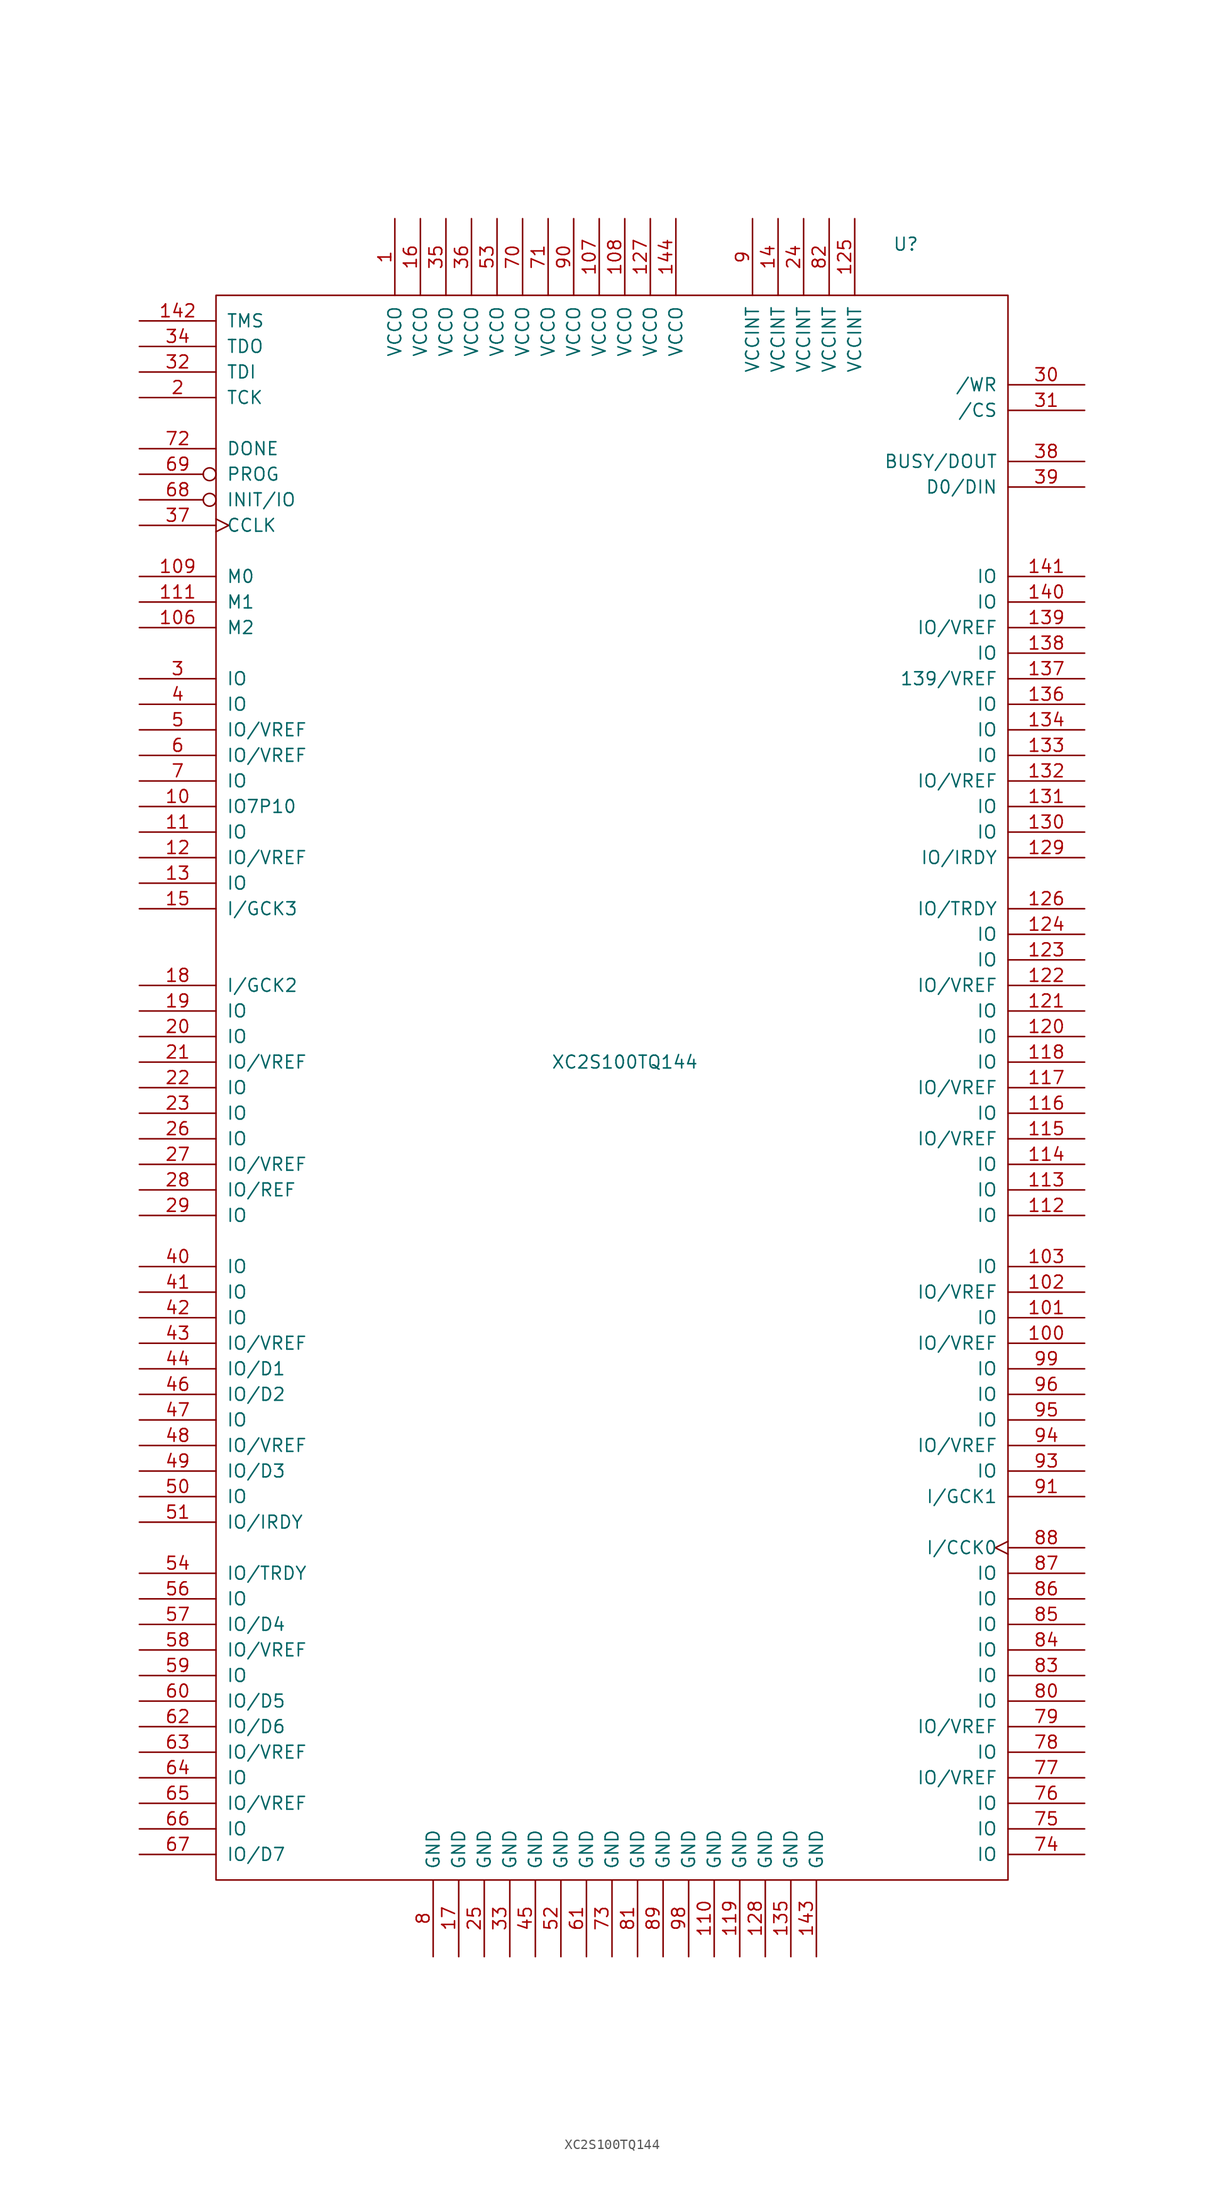
<source format=kicad_sym>
(kicad_symbol_lib
  (version 20211014)
  (generator kicad_symbol_editor)
  (symbol "XC2S100TQ144"
    (pin_names
      (offset 1.016))
    (property "Reference" "U"
      (at 27.94 83.82 0)
      (effects (font (size 1.27 1.27))))
    (property "Value" "XC2S100TQ144"
      (at 0 2.54 0)
      (effects (font (size 1.27 1.27))))
    (symbol "XC2S100TQ144_0_1"
      (rectangle (start -40.64 78.74) (end 38.1 -78.74) (stroke (width 0) (type default) (color 0 0 0 0)) (fill (type none))))
    (symbol "XC2S100TQ144_1_1"
      (pin power_in line (at -22.86 86.36 270) (length 7.62) (name "VCCO" (effects (font (size 1.27 1.27)))) (number "1" (effects (font (size 1.27 1.27)))))
      (pin bidirectional line (at -48.26 27.94 0) (length 7.62) (name "IO7P10" (effects (font (size 1.27 1.27)))) (number "10" (effects (font (size 1.27 1.27)))))
      (pin bidirectional line (at 45.72 -25.4 180) (length 7.62) (name "IO/VREF" (effects (font (size 1.27 1.27)))) (number "100" (effects (font (size 1.27 1.27)))))
      (pin bidirectional line (at 45.72 -22.86 180) (length 7.62) (name "IO" (effects (font (size 1.27 1.27)))) (number "101" (effects (font (size 1.27 1.27)))))
      (pin bidirectional line (at 45.72 -20.32 180) (length 7.62) (name "IO/VREF" (effects (font (size 1.27 1.27)))) (number "102" (effects (font (size 1.27 1.27)))))
      (pin bidirectional line (at 45.72 -17.78 180) (length 7.62) (name "IO" (effects (font (size 1.27 1.27)))) (number "103" (effects (font (size 1.27 1.27)))))
      (pin input line (at -48.26 45.72 0) (length 7.62) (name "M2" (effects (font (size 1.27 1.27)))) (number "106" (effects (font (size 1.27 1.27)))))
      (pin power_in line (at -2.54 86.36 270) (length 7.62) (name "VCCO" (effects (font (size 1.27 1.27)))) (number "107" (effects (font (size 1.27 1.27)))))
      (pin power_in line (at 0 86.36 270) (length 7.62) (name "VCCO" (effects (font (size 1.27 1.27)))) (number "108" (effects (font (size 1.27 1.27)))))
      (pin input line (at -48.26 50.8 0) (length 7.62) (name "M0" (effects (font (size 1.27 1.27)))) (number "109" (effects (font (size 1.27 1.27)))))
      (pin bidirectional line (at -48.26 25.4 0) (length 7.62) (name "IO" (effects (font (size 1.27 1.27)))) (number "11" (effects (font (size 1.27 1.27)))))
      (pin power_in line (at 8.89 -86.36 90) (length 7.62) (name "GND" (effects (font (size 1.27 1.27)))) (number "110" (effects (font (size 1.27 1.27)))))
      (pin input line (at -48.26 48.26 0) (length 7.62) (name "M1" (effects (font (size 1.27 1.27)))) (number "111" (effects (font (size 1.27 1.27)))))
      (pin bidirectional line (at 45.72 -12.7 180) (length 7.62) (name "IO" (effects (font (size 1.27 1.27)))) (number "112" (effects (font (size 1.27 1.27)))))
      (pin bidirectional line (at 45.72 -10.16 180) (length 7.62) (name "IO" (effects (font (size 1.27 1.27)))) (number "113" (effects (font (size 1.27 1.27)))))
      (pin bidirectional line (at 45.72 -7.62 180) (length 7.62) (name "IO" (effects (font (size 1.27 1.27)))) (number "114" (effects (font (size 1.27 1.27)))))
      (pin bidirectional line (at 45.72 -5.08 180) (length 7.62) (name "IO/VREF" (effects (font (size 1.27 1.27)))) (number "115" (effects (font (size 1.27 1.27)))))
      (pin bidirectional line (at 45.72 -2.54 180) (length 7.62) (name "IO" (effects (font (size 1.27 1.27)))) (number "116" (effects (font (size 1.27 1.27)))))
      (pin bidirectional line (at 45.72 0 180) (length 7.62) (name "IO/VREF" (effects (font (size 1.27 1.27)))) (number "117" (effects (font (size 1.27 1.27)))))
      (pin bidirectional line (at 45.72 2.54 180) (length 7.62) (name "IO" (effects (font (size 1.27 1.27)))) (number "118" (effects (font (size 1.27 1.27)))))
      (pin power_in line (at 11.43 -86.36 90) (length 7.62) (name "GND" (effects (font (size 1.27 1.27)))) (number "119" (effects (font (size 1.27 1.27)))))
      (pin bidirectional line (at -48.26 22.86 0) (length 7.62) (name "IO/VREF" (effects (font (size 1.27 1.27)))) (number "12" (effects (font (size 1.27 1.27)))))
      (pin bidirectional line (at 45.72 5.08 180) (length 7.62) (name "IO" (effects (font (size 1.27 1.27)))) (number "120" (effects (font (size 1.27 1.27)))))
      (pin bidirectional line (at 45.72 7.62 180) (length 7.62) (name "IO" (effects (font (size 1.27 1.27)))) (number "121" (effects (font (size 1.27 1.27)))))
      (pin bidirectional line (at 45.72 10.16 180) (length 7.62) (name "IO/VREF" (effects (font (size 1.27 1.27)))) (number "122" (effects (font (size 1.27 1.27)))))
      (pin bidirectional line (at 45.72 12.7 180) (length 7.62) (name "IO" (effects (font (size 1.27 1.27)))) (number "123" (effects (font (size 1.27 1.27)))))
      (pin bidirectional line (at 45.72 15.24 180) (length 7.62) (name "IO" (effects (font (size 1.27 1.27)))) (number "124" (effects (font (size 1.27 1.27)))))
      (pin power_in line (at 22.86 86.36 270) (length 7.62) (name "VCCINT" (effects (font (size 1.27 1.27)))) (number "125" (effects (font (size 1.27 1.27)))))
      (pin bidirectional line (at 45.72 17.78 180) (length 7.62) (name "IO/TRDY" (effects (font (size 1.27 1.27)))) (number "126" (effects (font (size 1.27 1.27)))))
      (pin power_in line (at 2.54 86.36 270) (length 7.62) (name "VCCO" (effects (font (size 1.27 1.27)))) (number "127" (effects (font (size 1.27 1.27)))))
      (pin power_in line (at 13.97 -86.36 90) (length 7.62) (name "GND" (effects (font (size 1.27 1.27)))) (number "128" (effects (font (size 1.27 1.27)))))
      (pin bidirectional line (at 45.72 22.86 180) (length 7.62) (name "IO/IRDY" (effects (font (size 1.27 1.27)))) (number "129" (effects (font (size 1.27 1.27)))))
      (pin bidirectional line (at -48.26 20.32 0) (length 7.62) (name "IO" (effects (font (size 1.27 1.27)))) (number "13" (effects (font (size 1.27 1.27)))))
      (pin bidirectional line (at 45.72 25.4 180) (length 7.62) (name "IO" (effects (font (size 1.27 1.27)))) (number "130" (effects (font (size 1.27 1.27)))))
      (pin bidirectional line (at 45.72 27.94 180) (length 7.62) (name "IO" (effects (font (size 1.27 1.27)))) (number "131" (effects (font (size 1.27 1.27)))))
      (pin bidirectional line (at 45.72 30.48 180) (length 7.62) (name "IO/VREF" (effects (font (size 1.27 1.27)))) (number "132" (effects (font (size 1.27 1.27)))))
      (pin bidirectional line (at 45.72 33.02 180) (length 7.62) (name "IO" (effects (font (size 1.27 1.27)))) (number "133" (effects (font (size 1.27 1.27)))))
      (pin bidirectional line (at 45.72 35.56 180) (length 7.62) (name "IO" (effects (font (size 1.27 1.27)))) (number "134" (effects (font (size 1.27 1.27)))))
      (pin power_in line (at 16.51 -86.36 90) (length 7.62) (name "GND" (effects (font (size 1.27 1.27)))) (number "135" (effects (font (size 1.27 1.27)))))
      (pin bidirectional line (at 45.72 38.1 180) (length 7.62) (name "IO" (effects (font (size 1.27 1.27)))) (number "136" (effects (font (size 1.27 1.27)))))
      (pin bidirectional line (at 45.72 40.64 180) (length 7.62) (name "139/VREF" (effects (font (size 1.27 1.27)))) (number "137" (effects (font (size 1.27 1.27)))))
      (pin bidirectional line (at 45.72 43.18 180) (length 7.62) (name "IO" (effects (font (size 1.27 1.27)))) (number "138" (effects (font (size 1.27 1.27)))))
      (pin bidirectional line (at 45.72 45.72 180) (length 7.62) (name "IO/VREF" (effects (font (size 1.27 1.27)))) (number "139" (effects (font (size 1.27 1.27)))))
      (pin power_in line (at 15.24 86.36 270) (length 7.62) (name "VCCINT" (effects (font (size 1.27 1.27)))) (number "14" (effects (font (size 1.27 1.27)))))
      (pin bidirectional line (at 45.72 48.26 180) (length 7.62) (name "IO" (effects (font (size 1.27 1.27)))) (number "140" (effects (font (size 1.27 1.27)))))
      (pin bidirectional line (at 45.72 50.8 180) (length 7.62) (name "IO" (effects (font (size 1.27 1.27)))) (number "141" (effects (font (size 1.27 1.27)))))
      (pin input line (at -48.26 76.2 0) (length 7.62) (name "TMS" (effects (font (size 1.27 1.27)))) (number "142" (effects (font (size 1.27 1.27)))))
      (pin power_in line (at 19.05 -86.36 90) (length 7.62) (name "GND" (effects (font (size 1.27 1.27)))) (number "143" (effects (font (size 1.27 1.27)))))
      (pin passive line (at 5.08 86.36 270) (length 7.62) (name "VCCO" (effects (font (size 1.27 1.27)))) (number "144" (effects (font (size 1.27 1.27)))))
      (pin input line (at -48.26 17.78 0) (length 7.62) (name "I/GCK3" (effects (font (size 1.27 1.27)))) (number "15" (effects (font (size 1.27 1.27)))))
      (pin power_in line (at -20.32 86.36 270) (length 7.62) (name "VCCO" (effects (font (size 1.27 1.27)))) (number "16" (effects (font (size 1.27 1.27)))))
      (pin power_in line (at -16.51 -86.36 90) (length 7.62) (name "GND" (effects (font (size 1.27 1.27)))) (number "17" (effects (font (size 1.27 1.27)))))
      (pin input line (at -48.26 10.16 0) (length 7.62) (name "I/GCK2" (effects (font (size 1.27 1.27)))) (number "18" (effects (font (size 1.27 1.27)))))
      (pin bidirectional line (at -48.26 7.62 0) (length 7.62) (name "IO" (effects (font (size 1.27 1.27)))) (number "19" (effects (font (size 1.27 1.27)))))
      (pin input line (at -48.26 68.58 0) (length 7.62) (name "TCK" (effects (font (size 1.27 1.27)))) (number "2" (effects (font (size 1.27 1.27)))))
      (pin bidirectional line (at -48.26 5.08 0) (length 7.62) (name "IO" (effects (font (size 1.27 1.27)))) (number "20" (effects (font (size 1.27 1.27)))))
      (pin bidirectional line (at -48.26 2.54 0) (length 7.62) (name "IO/VREF" (effects (font (size 1.27 1.27)))) (number "21" (effects (font (size 1.27 1.27)))))
      (pin bidirectional line (at -48.26 0 0) (length 7.62) (name "IO" (effects (font (size 1.27 1.27)))) (number "22" (effects (font (size 1.27 1.27)))))
      (pin bidirectional line (at -48.26 -2.54 0) (length 7.62) (name "IO" (effects (font (size 1.27 1.27)))) (number "23" (effects (font (size 1.27 1.27)))))
      (pin power_in line (at 17.78 86.36 270) (length 7.62) (name "VCCINT" (effects (font (size 1.27 1.27)))) (number "24" (effects (font (size 1.27 1.27)))))
      (pin power_in line (at -13.97 -86.36 90) (length 7.62) (name "GND" (effects (font (size 1.27 1.27)))) (number "25" (effects (font (size 1.27 1.27)))))
      (pin bidirectional line (at -48.26 -5.08 0) (length 7.62) (name "IO" (effects (font (size 1.27 1.27)))) (number "26" (effects (font (size 1.27 1.27)))))
      (pin bidirectional line (at -48.26 -7.62 0) (length 7.62) (name "IO/VREF" (effects (font (size 1.27 1.27)))) (number "27" (effects (font (size 1.27 1.27)))))
      (pin bidirectional line (at -48.26 -10.16 0) (length 7.62) (name "IO/REF" (effects (font (size 1.27 1.27)))) (number "28" (effects (font (size 1.27 1.27)))))
      (pin bidirectional line (at -48.26 -12.7 0) (length 7.62) (name "IO" (effects (font (size 1.27 1.27)))) (number "29" (effects (font (size 1.27 1.27)))))
      (pin bidirectional line (at -48.26 40.64 0) (length 7.62) (name "IO" (effects (font (size 1.27 1.27)))) (number "3" (effects (font (size 1.27 1.27)))))
      (pin bidirectional line (at 45.72 69.85 180) (length 7.62) (name "/WR" (effects (font (size 1.27 1.27)))) (number "30" (effects (font (size 1.27 1.27)))))
      (pin bidirectional line (at 45.72 67.31 180) (length 7.62) (name "/CS" (effects (font (size 1.27 1.27)))) (number "31" (effects (font (size 1.27 1.27)))))
      (pin input line (at -48.26 71.12 0) (length 7.62) (name "TDI" (effects (font (size 1.27 1.27)))) (number "32" (effects (font (size 1.27 1.27)))))
      (pin power_in line (at -11.43 -86.36 90) (length 7.62) (name "GND" (effects (font (size 1.27 1.27)))) (number "33" (effects (font (size 1.27 1.27)))))
      (pin output line (at -48.26 73.66 0) (length 7.62) (name "TDO" (effects (font (size 1.27 1.27)))) (number "34" (effects (font (size 1.27 1.27)))))
      (pin power_in line (at -17.78 86.36 270) (length 7.62) (name "VCCO" (effects (font (size 1.27 1.27)))) (number "35" (effects (font (size 1.27 1.27)))))
      (pin power_in line (at -15.24 86.36 270) (length 7.62) (name "VCCO" (effects (font (size 1.27 1.27)))) (number "36" (effects (font (size 1.27 1.27)))))
      (pin input clock (at -48.26 55.88 0) (length 7.62) (name "CCLK" (effects (font (size 1.27 1.27)))) (number "37" (effects (font (size 1.27 1.27)))))
      (pin output line (at 45.72 62.23 180) (length 7.62) (name "BUSY/DOUT" (effects (font (size 1.27 1.27)))) (number "38" (effects (font (size 1.27 1.27)))))
      (pin bidirectional line (at 45.72 59.69 180) (length 7.62) (name "D0/DIN" (effects (font (size 1.27 1.27)))) (number "39" (effects (font (size 1.27 1.27)))))
      (pin bidirectional line (at -48.26 38.1 0) (length 7.62) (name "IO" (effects (font (size 1.27 1.27)))) (number "4" (effects (font (size 1.27 1.27)))))
      (pin bidirectional line (at -48.26 -17.78 0) (length 7.62) (name "IO" (effects (font (size 1.27 1.27)))) (number "40" (effects (font (size 1.27 1.27)))))
      (pin bidirectional line (at -48.26 -20.32 0) (length 7.62) (name "IO" (effects (font (size 1.27 1.27)))) (number "41" (effects (font (size 1.27 1.27)))))
      (pin bidirectional line (at -48.26 -22.86 0) (length 7.62) (name "IO" (effects (font (size 1.27 1.27)))) (number "42" (effects (font (size 1.27 1.27)))))
      (pin bidirectional line (at -48.26 -25.4 0) (length 7.62) (name "IO/VREF" (effects (font (size 1.27 1.27)))) (number "43" (effects (font (size 1.27 1.27)))))
      (pin bidirectional line (at -48.26 -27.94 0) (length 7.62) (name "IO/D1" (effects (font (size 1.27 1.27)))) (number "44" (effects (font (size 1.27 1.27)))))
      (pin power_in line (at -8.89 -86.36 90) (length 7.62) (name "GND" (effects (font (size 1.27 1.27)))) (number "45" (effects (font (size 1.27 1.27)))))
      (pin bidirectional line (at -48.26 -30.48 0) (length 7.62) (name "IO/D2" (effects (font (size 1.27 1.27)))) (number "46" (effects (font (size 1.27 1.27)))))
      (pin bidirectional line (at -48.26 -33.02 0) (length 7.62) (name "IO" (effects (font (size 1.27 1.27)))) (number "47" (effects (font (size 1.27 1.27)))))
      (pin bidirectional line (at -48.26 -35.56 0) (length 7.62) (name "IO/VREF" (effects (font (size 1.27 1.27)))) (number "48" (effects (font (size 1.27 1.27)))))
      (pin bidirectional line (at -48.26 -38.1 0) (length 7.62) (name "IO/D3" (effects (font (size 1.27 1.27)))) (number "49" (effects (font (size 1.27 1.27)))))
      (pin bidirectional line (at -48.26 35.56 0) (length 7.62) (name "IO/VREF" (effects (font (size 1.27 1.27)))) (number "5" (effects (font (size 1.27 1.27)))))
      (pin bidirectional line (at -48.26 -40.64 0) (length 7.62) (name "IO" (effects (font (size 1.27 1.27)))) (number "50" (effects (font (size 1.27 1.27)))))
      (pin bidirectional line (at -48.26 -43.18 0) (length 7.62) (name "IO/IRDY" (effects (font (size 1.27 1.27)))) (number "51" (effects (font (size 1.27 1.27)))))
      (pin power_in line (at -6.35 -86.36 90) (length 7.62) (name "GND" (effects (font (size 1.27 1.27)))) (number "52" (effects (font (size 1.27 1.27)))))
      (pin power_in line (at -12.7 86.36 270) (length 7.62) (name "VCCO" (effects (font (size 1.27 1.27)))) (number "53" (effects (font (size 1.27 1.27)))))
      (pin bidirectional line (at -48.26 -48.26 0) (length 7.62) (name "IO/TRDY" (effects (font (size 1.27 1.27)))) (number "54" (effects (font (size 1.27 1.27)))))
      (pin bidirectional line (at -48.26 -50.8 0) (length 7.62) (name "IO" (effects (font (size 1.27 1.27)))) (number "56" (effects (font (size 1.27 1.27)))))
      (pin bidirectional line (at -48.26 -53.34 0) (length 7.62) (name "IO/D4" (effects (font (size 1.27 1.27)))) (number "57" (effects (font (size 1.27 1.27)))))
      (pin bidirectional line (at -48.26 -55.88 0) (length 7.62) (name "IO/VREF" (effects (font (size 1.27 1.27)))) (number "58" (effects (font (size 1.27 1.27)))))
      (pin bidirectional line (at -48.26 -58.42 0) (length 7.62) (name "IO" (effects (font (size 1.27 1.27)))) (number "59" (effects (font (size 1.27 1.27)))))
      (pin bidirectional line (at -48.26 33.02 0) (length 7.62) (name "IO/VREF" (effects (font (size 1.27 1.27)))) (number "6" (effects (font (size 1.27 1.27)))))
      (pin bidirectional line (at -48.26 -60.96 0) (length 7.62) (name "IO/D5" (effects (font (size 1.27 1.27)))) (number "60" (effects (font (size 1.27 1.27)))))
      (pin power_in line (at -3.81 -86.36 90) (length 7.62) (name "GND" (effects (font (size 1.27 1.27)))) (number "61" (effects (font (size 1.27 1.27)))))
      (pin bidirectional line (at -48.26 -63.5 0) (length 7.62) (name "IO/D6" (effects (font (size 1.27 1.27)))) (number "62" (effects (font (size 1.27 1.27)))))
      (pin bidirectional line (at -48.26 -66.04 0) (length 7.62) (name "IO/VREF" (effects (font (size 1.27 1.27)))) (number "63" (effects (font (size 1.27 1.27)))))
      (pin bidirectional line (at -48.26 -68.58 0) (length 7.62) (name "IO" (effects (font (size 1.27 1.27)))) (number "64" (effects (font (size 1.27 1.27)))))
      (pin bidirectional line (at -48.26 -71.12 0) (length 7.62) (name "IO/VREF" (effects (font (size 1.27 1.27)))) (number "65" (effects (font (size 1.27 1.27)))))
      (pin bidirectional line (at -48.26 -73.66 0) (length 7.62) (name "IO" (effects (font (size 1.27 1.27)))) (number "66" (effects (font (size 1.27 1.27)))))
      (pin bidirectional line (at -48.26 -76.2 0) (length 7.62) (name "IO/D7" (effects (font (size 1.27 1.27)))) (number "67" (effects (font (size 1.27 1.27)))))
      (pin bidirectional inverted (at -48.26 58.42 0) (length 7.62) (name "INIT/IO" (effects (font (size 1.27 1.27)))) (number "68" (effects (font (size 1.27 1.27)))))
      (pin input inverted (at -48.26 60.96 0) (length 7.62) (name "PROG" (effects (font (size 1.27 1.27)))) (number "69" (effects (font (size 1.27 1.27)))))
      (pin bidirectional line (at -48.26 30.48 0) (length 7.62) (name "IO" (effects (font (size 1.27 1.27)))) (number "7" (effects (font (size 1.27 1.27)))))
      (pin power_in line (at -10.16 86.36 270) (length 7.62) (name "VCCO" (effects (font (size 1.27 1.27)))) (number "70" (effects (font (size 1.27 1.27)))))
      (pin power_in line (at -7.62 86.36 270) (length 7.62) (name "VCCO" (effects (font (size 1.27 1.27)))) (number "71" (effects (font (size 1.27 1.27)))))
      (pin open_collector line (at -48.26 63.5 0) (length 7.62) (name "DONE" (effects (font (size 1.27 1.27)))) (number "72" (effects (font (size 1.27 1.27)))))
      (pin power_in line (at -1.27 -86.36 90) (length 7.62) (name "GND" (effects (font (size 1.27 1.27)))) (number "73" (effects (font (size 1.27 1.27)))))
      (pin bidirectional line (at 45.72 -76.2 180) (length 7.62) (name "IO" (effects (font (size 1.27 1.27)))) (number "74" (effects (font (size 1.27 1.27)))))
      (pin bidirectional line (at 45.72 -73.66 180) (length 7.62) (name "IO" (effects (font (size 1.27 1.27)))) (number "75" (effects (font (size 1.27 1.27)))))
      (pin bidirectional line (at 45.72 -71.12 180) (length 7.62) (name "IO" (effects (font (size 1.27 1.27)))) (number "76" (effects (font (size 1.27 1.27)))))
      (pin bidirectional line (at 45.72 -68.58 180) (length 7.62) (name "IO/VREF" (effects (font (size 1.27 1.27)))) (number "77" (effects (font (size 1.27 1.27)))))
      (pin bidirectional line (at 45.72 -66.04 180) (length 7.62) (name "IO" (effects (font (size 1.27 1.27)))) (number "78" (effects (font (size 1.27 1.27)))))
      (pin bidirectional line (at 45.72 -63.5 180) (length 7.62) (name "IO/VREF" (effects (font (size 1.27 1.27)))) (number "79" (effects (font (size 1.27 1.27)))))
      (pin power_in line (at -19.05 -86.36 90) (length 7.62) (name "GND" (effects (font (size 1.27 1.27)))) (number "8" (effects (font (size 1.27 1.27)))))
      (pin bidirectional line (at 45.72 -60.96 180) (length 7.62) (name "IO" (effects (font (size 1.27 1.27)))) (number "80" (effects (font (size 1.27 1.27)))))
      (pin power_in line (at 1.27 -86.36 90) (length 7.62) (name "GND" (effects (font (size 1.27 1.27)))) (number "81" (effects (font (size 1.27 1.27)))))
      (pin power_in line (at 20.32 86.36 270) (length 7.62) (name "VCCINT" (effects (font (size 1.27 1.27)))) (number "82" (effects (font (size 1.27 1.27)))))
      (pin bidirectional line (at 45.72 -58.42 180) (length 7.62) (name "IO" (effects (font (size 1.27 1.27)))) (number "83" (effects (font (size 1.27 1.27)))))
      (pin bidirectional line (at 45.72 -55.88 180) (length 7.62) (name "IO" (effects (font (size 1.27 1.27)))) (number "84" (effects (font (size 1.27 1.27)))))
      (pin bidirectional line (at 45.72 -53.34 180) (length 7.62) (name "IO" (effects (font (size 1.27 1.27)))) (number "85" (effects (font (size 1.27 1.27)))))
      (pin bidirectional line (at 45.72 -50.8 180) (length 7.62) (name "IO" (effects (font (size 1.27 1.27)))) (number "86" (effects (font (size 1.27 1.27)))))
      (pin bidirectional line (at 45.72 -48.26 180) (length 7.62) (name "IO" (effects (font (size 1.27 1.27)))) (number "87" (effects (font (size 1.27 1.27)))))
      (pin input clock (at 45.72 -45.72 180) (length 7.62) (name "I/CCK0" (effects (font (size 1.27 1.27)))) (number "88" (effects (font (size 1.27 1.27)))))
      (pin power_in line (at 3.81 -86.36 90) (length 7.62) (name "GND" (effects (font (size 1.27 1.27)))) (number "89" (effects (font (size 1.27 1.27)))))
      (pin power_in line (at 12.7 86.36 270) (length 7.62) (name "VCCINT" (effects (font (size 1.27 1.27)))) (number "9" (effects (font (size 1.27 1.27)))))
      (pin power_in line (at -5.08 86.36 270) (length 7.62) (name "VCCO" (effects (font (size 1.27 1.27)))) (number "90" (effects (font (size 1.27 1.27)))))
      (pin input line (at 45.72 -40.64 180) (length 7.62) (name "I/GCK1" (effects (font (size 1.27 1.27)))) (number "91" (effects (font (size 1.27 1.27)))))
      (pin bidirectional line (at 45.72 -38.1 180) (length 7.62) (name "IO" (effects (font (size 1.27 1.27)))) (number "93" (effects (font (size 1.27 1.27)))))
      (pin bidirectional line (at 45.72 -35.56 180) (length 7.62) (name "IO/VREF" (effects (font (size 1.27 1.27)))) (number "94" (effects (font (size 1.27 1.27)))))
      (pin bidirectional line (at 45.72 -33.02 180) (length 7.62) (name "IO" (effects (font (size 1.27 1.27)))) (number "95" (effects (font (size 1.27 1.27)))))
      (pin bidirectional line (at 45.72 -30.48 180) (length 7.62) (name "IO" (effects (font (size 1.27 1.27)))) (number "96" (effects (font (size 1.27 1.27)))))
      (pin passive line (at 6.35 -86.36 90) (length 7.62) (name "GND" (effects (font (size 1.27 1.27)))) (number "98" (effects (font (size 1.27 1.27)))))
      (pin bidirectional line (at 45.72 -27.94 180) (length 7.62) (name "IO" (effects (font (size 1.27 1.27)))) (number "99" (effects (font (size 1.27 1.27))))))))
</source>
